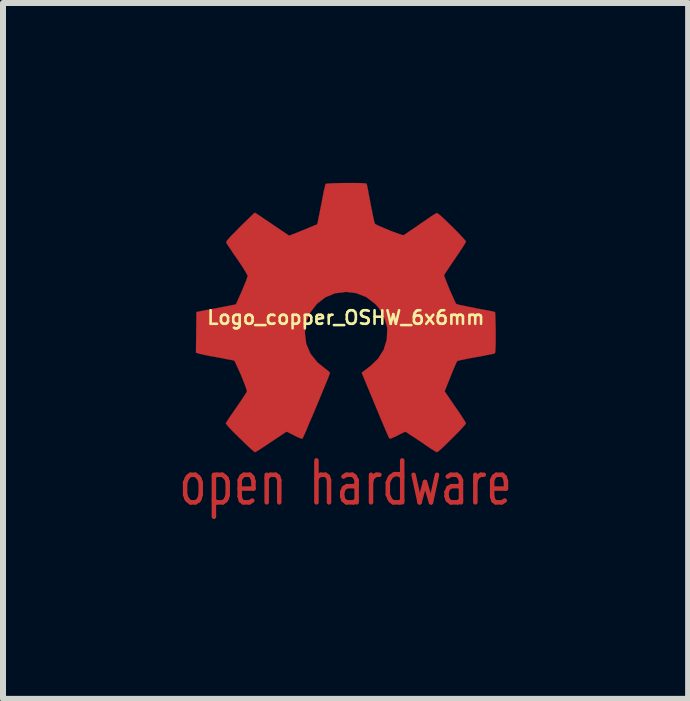
<source format=kicad_pcb>
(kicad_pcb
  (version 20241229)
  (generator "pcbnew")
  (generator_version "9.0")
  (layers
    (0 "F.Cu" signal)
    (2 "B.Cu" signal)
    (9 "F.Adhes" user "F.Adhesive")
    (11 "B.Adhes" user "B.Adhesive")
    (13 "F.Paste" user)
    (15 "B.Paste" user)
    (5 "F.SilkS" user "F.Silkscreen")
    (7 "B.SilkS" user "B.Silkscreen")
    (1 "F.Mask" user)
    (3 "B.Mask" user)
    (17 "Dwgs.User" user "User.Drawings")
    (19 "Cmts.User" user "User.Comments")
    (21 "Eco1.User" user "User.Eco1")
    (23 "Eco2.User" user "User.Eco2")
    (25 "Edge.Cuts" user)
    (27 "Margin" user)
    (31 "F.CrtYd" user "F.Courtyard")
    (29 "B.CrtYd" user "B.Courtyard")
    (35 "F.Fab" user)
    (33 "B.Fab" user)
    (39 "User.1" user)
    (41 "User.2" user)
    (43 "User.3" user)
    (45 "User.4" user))
  (footprint "Logo_copper_OSHW_6x6mm"
    (layer "F.Cu")
    (at 2.717 2.247)
    (property "Reference" "Logo_copper_OSHW_6x6mm" (at 0 0 0) (layer "F.SilkS") (effects (font (size 0.226 0.226) (thickness 0.043))))
    (attr exclude_from_pos_files exclude_from_bom)
    (fp_line (start -2.68 2.75) (end -2.68 2.95) (stroke (width 0.075) (type solid)) (layer "F.Cu"))
    (fp_line (start -2.68 2.95) (end -2.66 3.01) (stroke (width 0.075) (type solid)) (layer "F.Cu"))
    (fp_line (start -2.66 3.01) (end -2.64 3.04) (stroke (width 0.075) (type solid)) (layer "F.Cu"))
    (fp_line (start -2.65 2.68) (end -2.68 2.75) (stroke (width 0.075) (type solid)) (layer "F.Cu"))
    (fp_line (start -2.64 3.04) (end -2.59 3.08) (stroke (width 0.075) (type solid)) (layer "F.Cu"))
    (fp_line (start -2.63 2.65) (end -2.65 2.68) (stroke (width 0.075) (type solid)) (layer "F.Cu"))
    (fp_line (start -2.59 2.62) (end -2.63 2.65) (stroke (width 0.075) (type solid)) (layer "F.Cu"))
    (fp_line (start -2.59 3.08) (end -2.51 3.08) (stroke (width 0.075) (type solid)) (layer "F.Cu"))
    (fp_line (start -2.51 2.62) (end -2.59 2.62) (stroke (width 0.075) (type solid)) (layer "F.Cu"))
    (fp_line (start -2.51 3.08) (end -2.46 3.05) (stroke (width 0.075) (type solid)) (layer "F.Cu"))
    (fp_line (start -2.46 2.66) (end -2.51 2.62) (stroke (width 0.075) (type solid)) (layer "F.Cu"))
    (fp_line (start -2.46 3.05) (end -2.44 3.02) (stroke (width 0.075) (type solid)) (layer "F.Cu"))
    (fp_line (start -2.44 2.69) (end -2.46 2.66) (stroke (width 0.075) (type solid)) (layer "F.Cu"))
    (fp_line (start -2.44 3.02) (end -2.42 2.95) (stroke (width 0.075) (type solid)) (layer "F.Cu"))
    (fp_line (start -2.42 2.75) (end -2.44 2.69) (stroke (width 0.075) (type solid)) (layer "F.Cu"))
    (fp_line (start -2.42 2.95) (end -2.42 2.75) (stroke (width 0.075) (type solid)) (layer "F.Cu"))
    (fp_line (start -2.2 2.65) (end -2.16 2.62) (stroke (width 0.075) (type solid)) (layer "F.Cu"))
    (fp_line (start -2.2 3.32) (end -2.2 2.62) (stroke (width 0.075) (type solid)) (layer "F.Cu"))
    (fp_line (start -2.16 2.62) (end -2.06 2.62) (stroke (width 0.075) (type solid)) (layer "F.Cu"))
    (fp_line (start -2.15 3.08) (end -2.2 3.05) (stroke (width 0.075) (type solid)) (layer "F.Cu"))
    (fp_line (start -2.06 2.62) (end -2.02 2.65) (stroke (width 0.075) (type solid)) (layer "F.Cu"))
    (fp_line (start -2.05 3.08) (end -2.15 3.08) (stroke (width 0.075) (type solid)) (layer "F.Cu"))
    (fp_line (start -2.02 2.65) (end -1.99 2.68) (stroke (width 0.075) (type solid)) (layer "F.Cu"))
    (fp_line (start -2.01 3.05) (end -2.05 3.08) (stroke (width 0.075) (type solid)) (layer "F.Cu"))
    (fp_line (start -1.99 2.68) (end -1.97 2.74) (stroke (width 0.075) (type solid)) (layer "F.Cu"))
    (fp_line (start -1.99 3.02) (end -2.01 3.05) (stroke (width 0.075) (type solid)) (layer "F.Cu"))
    (fp_line (start -1.97 2.74) (end -1.97 2.96) (stroke (width 0.075) (type solid)) (layer "F.Cu"))
    (fp_line (start -1.97 2.96) (end -1.99 3.02) (stroke (width 0.075) (type solid)) (layer "F.Cu"))
    (fp_line (start -1.77 2.71) (end -1.77 2.98) (stroke (width 0.075) (type solid)) (layer "F.Cu"))
    (fp_line (start -1.77 2.98) (end -1.75 3.05) (stroke (width 0.075) (type solid)) (layer "F.Cu"))
    (fp_line (start -1.75 3.05) (end -1.71 3.08) (stroke (width 0.075) (type solid)) (layer "F.Cu"))
    (fp_line (start -1.74 2.65) (end -1.77 2.71) (stroke (width 0.075) (type solid)) (layer "F.Cu"))
    (fp_line (start -1.71 3.08) (end -1.61 3.08) (stroke (width 0.075) (type solid)) (layer "F.Cu"))
    (fp_line (start -1.7 2.62) (end -1.74 2.65) (stroke (width 0.075) (type solid)) (layer "F.Cu"))
    (fp_line (start -1.61 3.08) (end -1.56 3.05) (stroke (width 0.075) (type solid)) (layer "F.Cu"))
    (fp_line (start -1.6 2.62) (end -1.7 2.62) (stroke (width 0.075) (type solid)) (layer "F.Cu"))
    (fp_line (start -1.56 2.66) (end -1.6 2.62) (stroke (width 0.075) (type solid)) (layer "F.Cu"))
    (fp_line (start -1.54 2.73) (end -1.56 2.66) (stroke (width 0.075) (type solid)) (layer "F.Cu"))
    (fp_line (start -1.54 2.85) (end -1.77 2.85) (stroke (width 0.075) (type solid)) (layer "F.Cu"))
    (fp_line (start -1.54 2.85) (end -1.54 2.73) (stroke (width 0.075) (type solid)) (layer "F.Cu"))
    (fp_line (start -1.32 2.62) (end -1.32 3.08) (stroke (width 0.075) (type solid)) (layer "F.Cu"))
    (fp_line (start -1.32 2.68) (end -1.3 2.65) (stroke (width 0.075) (type solid)) (layer "F.Cu"))
    (fp_line (start -1.3 2.65) (end -1.26 2.62) (stroke (width 0.075) (type solid)) (layer "F.Cu"))
    (fp_line (start -1.26 2.62) (end -1.17 2.62) (stroke (width 0.075) (type solid)) (layer "F.Cu"))
    (fp_line (start -1.17 2.62) (end -1.13 2.65) (stroke (width 0.075) (type solid)) (layer "F.Cu"))
    (fp_line (start -1.13 2.65) (end -1.11 2.71) (stroke (width 0.075) (type solid)) (layer "F.Cu"))
    (fp_line (start -1.11 2.71) (end -1.11 3.08) (stroke (width 0.075) (type solid)) (layer "F.Cu"))
    (fp_line (start -0.49 2.38) (end -0.49 3.08) (stroke (width 0.075) (type solid)) (layer "F.Cu"))
    (fp_line (start -0.49 2.69) (end -0.47 2.65) (stroke (width 0.075) (type solid)) (layer "F.Cu"))
    (fp_line (start -0.47 2.65) (end -0.42 2.62) (stroke (width 0.075) (type solid)) (layer "F.Cu"))
    (fp_line (start -0.42 2.62) (end -0.34 2.62) (stroke (width 0.075) (type solid)) (layer "F.Cu"))
    (fp_line (start -0.34 2.62) (end -0.3 2.65) (stroke (width 0.075) (type solid)) (layer "F.Cu"))
    (fp_line (start -0.3 2.65) (end -0.28 2.71) (stroke (width 0.075) (type solid)) (layer "F.Cu"))
    (fp_line (start -0.28 2.71) (end -0.28 3.08) (stroke (width 0.075) (type solid)) (layer "F.Cu"))
    (fp_line (start -0.06 2.91) (end -0.06 2.98) (stroke (width 0.075) (type solid)) (layer "F.Cu"))
    (fp_line (start -0.06 2.98) (end -0.04 3.04) (stroke (width 0.075) (type solid)) (layer "F.Cu"))
    (fp_line (start -0.04 2.65) (end 0.01 2.62) (stroke (width 0.075) (type solid)) (layer "F.Cu"))
    (fp_line (start -0.04 3.04) (end 0.01 3.08) (stroke (width 0.075) (type solid)) (layer "F.Cu"))
    (fp_line (start -0.03 2.84) (end -0.06 2.91) (stroke (width 0.075) (type solid)) (layer "F.Cu"))
    (fp_line (start 0.01 2.62) (end 0.11 2.62) (stroke (width 0.075) (type solid)) (layer "F.Cu"))
    (fp_line (start 0.01 3.08) (end 0.13 3.08) (stroke (width 0.075) (type solid)) (layer "F.Cu"))
    (fp_line (start 0.02 2.81) (end -0.03 2.84) (stroke (width 0.075) (type solid)) (layer "F.Cu"))
    (fp_line (start 0.11 2.62) (end 0.15 2.65) (stroke (width 0.075) (type solid)) (layer "F.Cu"))
    (fp_line (start 0.13 3.08) (end 0.18 3.04) (stroke (width 0.075) (type solid)) (layer "F.Cu"))
    (fp_line (start 0.14 2.81) (end 0.02 2.81) (stroke (width 0.075) (type solid)) (layer "F.Cu"))
    (fp_line (start 0.15 2.65) (end 0.18 2.71) (stroke (width 0.075) (type solid)) (layer "F.Cu"))
    (fp_line (start 0.18 2.71) (end 0.18 3.08) (stroke (width 0.075) (type solid)) (layer "F.Cu"))
    (fp_line (start 0.18 2.78) (end 0.14 2.81) (stroke (width 0.075) (type solid)) (layer "F.Cu"))
    (fp_line (start 0.42 2.62) (end 0.42 3.08) (stroke (width 0.075) (type solid)) (layer "F.Cu"))
    (fp_line (start 0.42 2.74) (end 0.44 2.67) (stroke (width 0.075) (type solid)) (layer "F.Cu"))
    (fp_line (start 0.44 2.67) (end 0.46 2.65) (stroke (width 0.075) (type solid)) (layer "F.Cu"))
    (fp_line (start 0.46 2.65) (end 0.51 2.62) (stroke (width 0.075) (type solid)) (layer "F.Cu"))
    (fp_line (start 0.51 2.62) (end 0.56 2.62) (stroke (width 0.075) (type solid)) (layer "F.Cu"))
    (fp_line (start 0.7 2.75) (end 0.73 2.68) (stroke (width 0.075) (type solid)) (layer "F.Cu"))
    (fp_line (start 0.7 2.95) (end 0.7 2.75) (stroke (width 0.075) (type solid)) (layer "F.Cu"))
    (fp_line (start 0.73 2.68) (end 0.75 2.65) (stroke (width 0.075) (type solid)) (layer "F.Cu"))
    (fp_line (start 0.73 3.02) (end 0.7 2.95) (stroke (width 0.075) (type solid)) (layer "F.Cu"))
    (fp_line (start 0.75 2.65) (end 0.81 2.61) (stroke (width 0.075) (type solid)) (layer "F.Cu"))
    (fp_line (start 0.75 3.05) (end 0.73 3.02) (stroke (width 0.075) (type solid)) (layer "F.Cu"))
    (fp_line (start 0.79 3.08) (end 0.75 3.05) (stroke (width 0.075) (type solid)) (layer "F.Cu"))
    (fp_line (start 0.81 2.61) (end 0.88 2.61) (stroke (width 0.075) (type solid)) (layer "F.Cu"))
    (fp_line (start 0.88 2.61) (end 0.94 2.65) (stroke (width 0.075) (type solid)) (layer "F.Cu"))
    (fp_line (start 0.9 3.08) (end 0.79 3.08) (stroke (width 0.075) (type solid)) (layer "F.Cu"))
    (fp_line (start 0.94 2.38) (end 0.94 3.08) (stroke (width 0.075) (type solid)) (layer "F.Cu"))
    (fp_line (start 0.94 3.05) (end 0.9 3.08) (stroke (width 0.075) (type solid)) (layer "F.Cu"))
    (fp_line (start 1.13 2.62) (end 1.23 3.08) (stroke (width 0.075) (type solid)) (layer "F.Cu"))
    (fp_line (start 1.23 3.08) (end 1.32 2.74) (stroke (width 0.075) (type solid)) (layer "F.Cu"))
    (fp_line (start 1.32 2.74) (end 1.42 3.08) (stroke (width 0.075) (type solid)) (layer "F.Cu"))
    (fp_line (start 1.42 3.08) (end 1.52 2.62) (stroke (width 0.075) (type solid)) (layer "F.Cu"))
    (fp_line (start 1.68 2.91) (end 1.68 2.98) (stroke (width 0.075) (type solid)) (layer "F.Cu"))
    (fp_line (start 1.68 2.98) (end 1.7 3.04) (stroke (width 0.075) (type solid)) (layer "F.Cu"))
    (fp_line (start 1.7 2.65) (end 1.75 2.62) (stroke (width 0.075) (type solid)) (layer "F.Cu"))
    (fp_line (start 1.7 3.04) (end 1.75 3.08) (stroke (width 0.075) (type solid)) (layer "F.Cu"))
    (fp_line (start 1.71 2.84) (end 1.68 2.91) (stroke (width 0.075) (type solid)) (layer "F.Cu"))
    (fp_line (start 1.75 2.62) (end 1.85 2.62) (stroke (width 0.075) (type solid)) (layer "F.Cu"))
    (fp_line (start 1.75 3.08) (end 1.87 3.08) (stroke (width 0.075) (type solid)) (layer "F.Cu"))
    (fp_line (start 1.76 2.81) (end 1.71 2.84) (stroke (width 0.075) (type solid)) (layer "F.Cu"))
    (fp_line (start 1.85 2.62) (end 1.89 2.65) (stroke (width 0.075) (type solid)) (layer "F.Cu"))
    (fp_line (start 1.87 3.08) (end 1.92 3.04) (stroke (width 0.075) (type solid)) (layer "F.Cu"))
    (fp_line (start 1.88 2.81) (end 1.76 2.81) (stroke (width 0.075) (type solid)) (layer "F.Cu"))
    (fp_line (start 1.89 2.65) (end 1.92 2.71) (stroke (width 0.075) (type solid)) (layer "F.Cu"))
    (fp_line (start 1.92 2.71) (end 1.92 3.08) (stroke (width 0.075) (type solid)) (layer "F.Cu"))
    (fp_line (start 1.92 2.78) (end 1.88 2.81) (stroke (width 0.075) (type solid)) (layer "F.Cu"))
    (fp_line (start 2.16 2.62) (end 2.16 3.08) (stroke (width 0.075) (type solid)) (layer "F.Cu"))
    (fp_line (start 2.16 2.74) (end 2.18 2.67) (stroke (width 0.075) (type solid)) (layer "F.Cu"))
    (fp_line (start 2.18 2.67) (end 2.2 2.65) (stroke (width 0.075) (type solid)) (layer "F.Cu"))
    (fp_line (start 2.2 2.65) (end 2.25 2.62) (stroke (width 0.075) (type solid)) (layer "F.Cu"))
    (fp_line (start 2.25 2.62) (end 2.3 2.62) (stroke (width 0.075) (type solid)) (layer "F.Cu"))
    (fp_line (start 2.44 2.71) (end 2.44 2.98) (stroke (width 0.075) (type solid)) (layer "F.Cu"))
    (fp_line (start 2.44 2.98) (end 2.46 3.05) (stroke (width 0.075) (type solid)) (layer "F.Cu"))
    (fp_line (start 2.46 3.05) (end 2.5 3.08) (stroke (width 0.075) (type solid)) (layer "F.Cu"))
    (fp_line (start 2.47 2.65) (end 2.44 2.71) (stroke (width 0.075) (type solid)) (layer "F.Cu"))
    (fp_line (start 2.5 3.08) (end 2.6 3.08) (stroke (width 0.075) (type solid)) (layer "F.Cu"))
    (fp_line (start 2.51 2.62) (end 2.47 2.65) (stroke (width 0.075) (type solid)) (layer "F.Cu"))
    (fp_line (start 2.6 3.08) (end 2.65 3.05) (stroke (width 0.075) (type solid)) (layer "F.Cu"))
    (fp_line (start 2.61 2.62) (end 2.51 2.62) (stroke (width 0.075) (type solid)) (layer "F.Cu"))
    (fp_line (start 2.65 2.66) (end 2.61 2.62) (stroke (width 0.075) (type solid)) (layer "F.Cu"))
    (fp_line (start 2.67 2.73) (end 2.65 2.66) (stroke (width 0.075) (type solid)) (layer "F.Cu"))
    (fp_line (start 2.67 2.85) (end 2.44 2.85) (stroke (width 0.075) (type solid)) (layer "F.Cu"))
    (fp_line (start 2.67 2.85) (end 2.67 2.73) (stroke (width 0.075) (type solid)) (layer "F.Cu"))
    (fp_poly (pts (xy -1.514 2.245) (xy -1.488 2.23) (xy -1.43 2.195) (xy -1.346 2.139) (xy -1.247 2.073) (xy -1.148 2.007) (xy -1.067 1.953) (xy -1.011 1.915) (xy -0.986 1.902) (xy -0.973 1.908) (xy -0.927 1.93) (xy -0.859 1.966) (xy -0.818 1.986) (xy -0.757 2.012) (xy -0.724 2.019) (xy -0.719 2.009) (xy -0.696 1.961) (xy -0.66 1.88) (xy -0.615 1.77) (xy -0.559 1.643) (xy -0.503 1.509) (xy -0.445 1.369) (xy -0.389 1.234) (xy -0.34 1.115) (xy -0.3 1.019) (xy -0.274 0.95) (xy -0.264 0.922) (xy -0.267 0.914) (xy -0.3 0.884) (xy -0.353 0.843) (xy -0.472 0.747) (xy -0.589 0.602) (xy -0.66 0.437) (xy -0.683 0.251) (xy -0.663 0.081) (xy -0.597 -0.081) (xy -0.483 -0.229) (xy -0.343 -0.338) (xy -0.18 -0.406) (xy 0 -0.429) (xy 0.173 -0.409) (xy 0.34 -0.343) (xy 0.488 -0.231) (xy 0.551 -0.16) (xy 0.638 -0.01) (xy 0.686 0.147) (xy 0.691 0.188) (xy 0.683 0.363) (xy 0.632 0.533) (xy 0.538 0.683) (xy 0.409 0.808) (xy 0.394 0.818) (xy 0.335 0.864) (xy 0.295 0.894) (xy 0.264 0.919) (xy 0.488 1.458) (xy 0.523 1.542) (xy 0.584 1.689) (xy 0.638 1.816) (xy 0.681 1.918) (xy 0.711 1.984) (xy 0.724 2.012) (xy 0.724 2.014) (xy 0.744 2.017) (xy 0.785 2.002) (xy 0.861 1.966) (xy 0.909 1.941) (xy 0.968 1.913) (xy 0.993 1.902) (xy 1.016 1.915) (xy 1.069 1.951) (xy 1.151 2.004) (xy 1.247 2.068) (xy 1.339 2.131) (xy 1.422 2.187) (xy 1.483 2.225) (xy 1.514 2.243) (xy 1.519 2.243) (xy 1.544 2.228) (xy 1.593 2.187) (xy 1.666 2.118) (xy 1.77 2.014) (xy 1.786 1.999) (xy 1.872 1.913) (xy 1.941 1.839) (xy 1.986 1.788) (xy 2.004 1.765) (xy 1.989 1.735) (xy 1.951 1.674) (xy 1.895 1.587) (xy 1.826 1.488) (xy 1.648 1.229) (xy 1.745 0.986) (xy 1.775 0.909) (xy 1.814 0.82) (xy 1.841 0.754) (xy 1.857 0.726) (xy 1.882 0.716) (xy 1.951 0.701) (xy 2.047 0.681) (xy 2.162 0.66) (xy 2.273 0.64) (xy 2.372 0.62) (xy 2.443 0.607) (xy 2.477 0.599) (xy 2.484 0.594) (xy 2.492 0.579) (xy 2.494 0.546) (xy 2.497 0.485) (xy 2.499 0.391) (xy 2.499 0.251) (xy 2.499 0.236) (xy 2.497 0.107) (xy 2.494 0) (xy 2.492 -0.066) (xy 2.487 -0.094) (xy 2.456 -0.102) (xy 2.385 -0.117) (xy 2.286 -0.135) (xy 2.167 -0.157) (xy 2.159 -0.16) (xy 2.042 -0.183) (xy 1.943 -0.203) (xy 1.872 -0.218) (xy 1.844 -0.229) (xy 1.836 -0.236) (xy 1.814 -0.282) (xy 1.781 -0.356) (xy 1.74 -0.445) (xy 1.702 -0.538) (xy 1.669 -0.622) (xy 1.646 -0.683) (xy 1.638 -0.711) (xy 1.641 -0.714) (xy 1.659 -0.742) (xy 1.699 -0.803) (xy 1.755 -0.886) (xy 1.824 -0.988) (xy 1.829 -0.996) (xy 1.897 -1.095) (xy 1.953 -1.181) (xy 1.989 -1.24) (xy 2.004 -1.267) (xy 2.004 -1.27) (xy 1.981 -1.3) (xy 1.93 -1.356) (xy 1.857 -1.433) (xy 1.77 -1.521) (xy 1.742 -1.547) (xy 1.643 -1.643) (xy 1.577 -1.704) (xy 1.534 -1.737) (xy 1.514 -1.745) (xy 1.483 -1.727) (xy 1.42 -1.687) (xy 1.336 -1.628) (xy 1.234 -1.56) (xy 1.227 -1.554) (xy 1.128 -1.486) (xy 1.044 -1.43) (xy 0.986 -1.389) (xy 0.958 -1.374) (xy 0.955 -1.374) (xy 0.914 -1.387) (xy 0.843 -1.412) (xy 0.754 -1.445) (xy 0.663 -1.483) (xy 0.579 -1.519) (xy 0.516 -1.547) (xy 0.485 -1.565) (xy 0.475 -1.6) (xy 0.457 -1.676) (xy 0.437 -1.778) (xy 0.411 -1.9) (xy 0.409 -1.92) (xy 0.386 -2.04) (xy 0.368 -2.139) (xy 0.353 -2.207) (xy 0.345 -2.235) (xy 0.33 -2.238) (xy 0.272 -2.243) (xy 0.183 -2.245) (xy 0.074 -2.245) (xy -0.038 -2.245) (xy -0.147 -2.243) (xy -0.241 -2.24) (xy -0.31 -2.235) (xy -0.338 -2.23) (xy -0.338 -2.228) (xy -0.348 -2.189) (xy -0.366 -2.116) (xy -0.386 -2.012) (xy -0.409 -1.89) (xy -0.414 -1.867) (xy -0.437 -1.75) (xy -0.457 -1.651) (xy -0.47 -1.585) (xy -0.478 -1.557) (xy -0.49 -1.552) (xy -0.538 -1.532) (xy -0.617 -1.499) (xy -0.716 -1.458) (xy -0.945 -1.367) (xy -1.227 -1.557) (xy -1.252 -1.575) (xy -1.354 -1.643) (xy -1.435 -1.699) (xy -1.494 -1.737) (xy -1.516 -1.75) (xy -1.519 -1.75) (xy -1.547 -1.725) (xy -1.603 -1.671) (xy -1.679 -1.598) (xy -1.768 -1.511) (xy -1.831 -1.445) (xy -1.91 -1.367) (xy -1.958 -1.313) (xy -1.986 -1.28) (xy -1.994 -1.26) (xy -1.991 -1.245) (xy -1.974 -1.217) (xy -1.933 -1.156) (xy -1.875 -1.069) (xy -1.806 -0.97) (xy -1.75 -0.886) (xy -1.689 -0.792) (xy -1.651 -0.726) (xy -1.636 -0.693) (xy -1.641 -0.681) (xy -1.659 -0.625) (xy -1.694 -0.541) (xy -1.735 -0.442) (xy -1.834 -0.221) (xy -1.979 -0.193) (xy -2.068 -0.175) (xy -2.189 -0.152) (xy -2.309 -0.13) (xy -2.492 -0.094) (xy -2.499 0.582) (xy -2.471 0.594) (xy -2.443 0.602) (xy -2.375 0.617) (xy -2.278 0.638) (xy -2.162 0.658) (xy -2.065 0.676) (xy -1.966 0.696) (xy -1.895 0.709) (xy -1.864 0.716) (xy -1.854 0.726) (xy -1.831 0.775) (xy -1.796 0.851) (xy -1.755 0.942) (xy -1.717 1.036) (xy -1.681 1.125) (xy -1.659 1.191) (xy -1.648 1.224) (xy -1.661 1.252) (xy -1.699 1.311) (xy -1.753 1.392) (xy -1.821 1.491) (xy -1.887 1.587) (xy -1.946 1.671) (xy -1.984 1.732) (xy -2.002 1.76) (xy -1.991 1.778) (xy -1.953 1.826) (xy -1.88 1.902) (xy -1.768 2.012) (xy -1.75 2.029) (xy -1.664 2.113) (xy -1.59 2.182) (xy -1.537 2.228) (xy -1.514 2.245)) (stroke (width 0.003) (type solid)) (fill yes) (layer "F.Cu")))
  (gr_rect
    (start -3 -3)
    (end 8.425 8.604)
    (stroke (width 0.1) (type default))
    (fill no)
    (layer "Edge.Cuts")))
</source>
